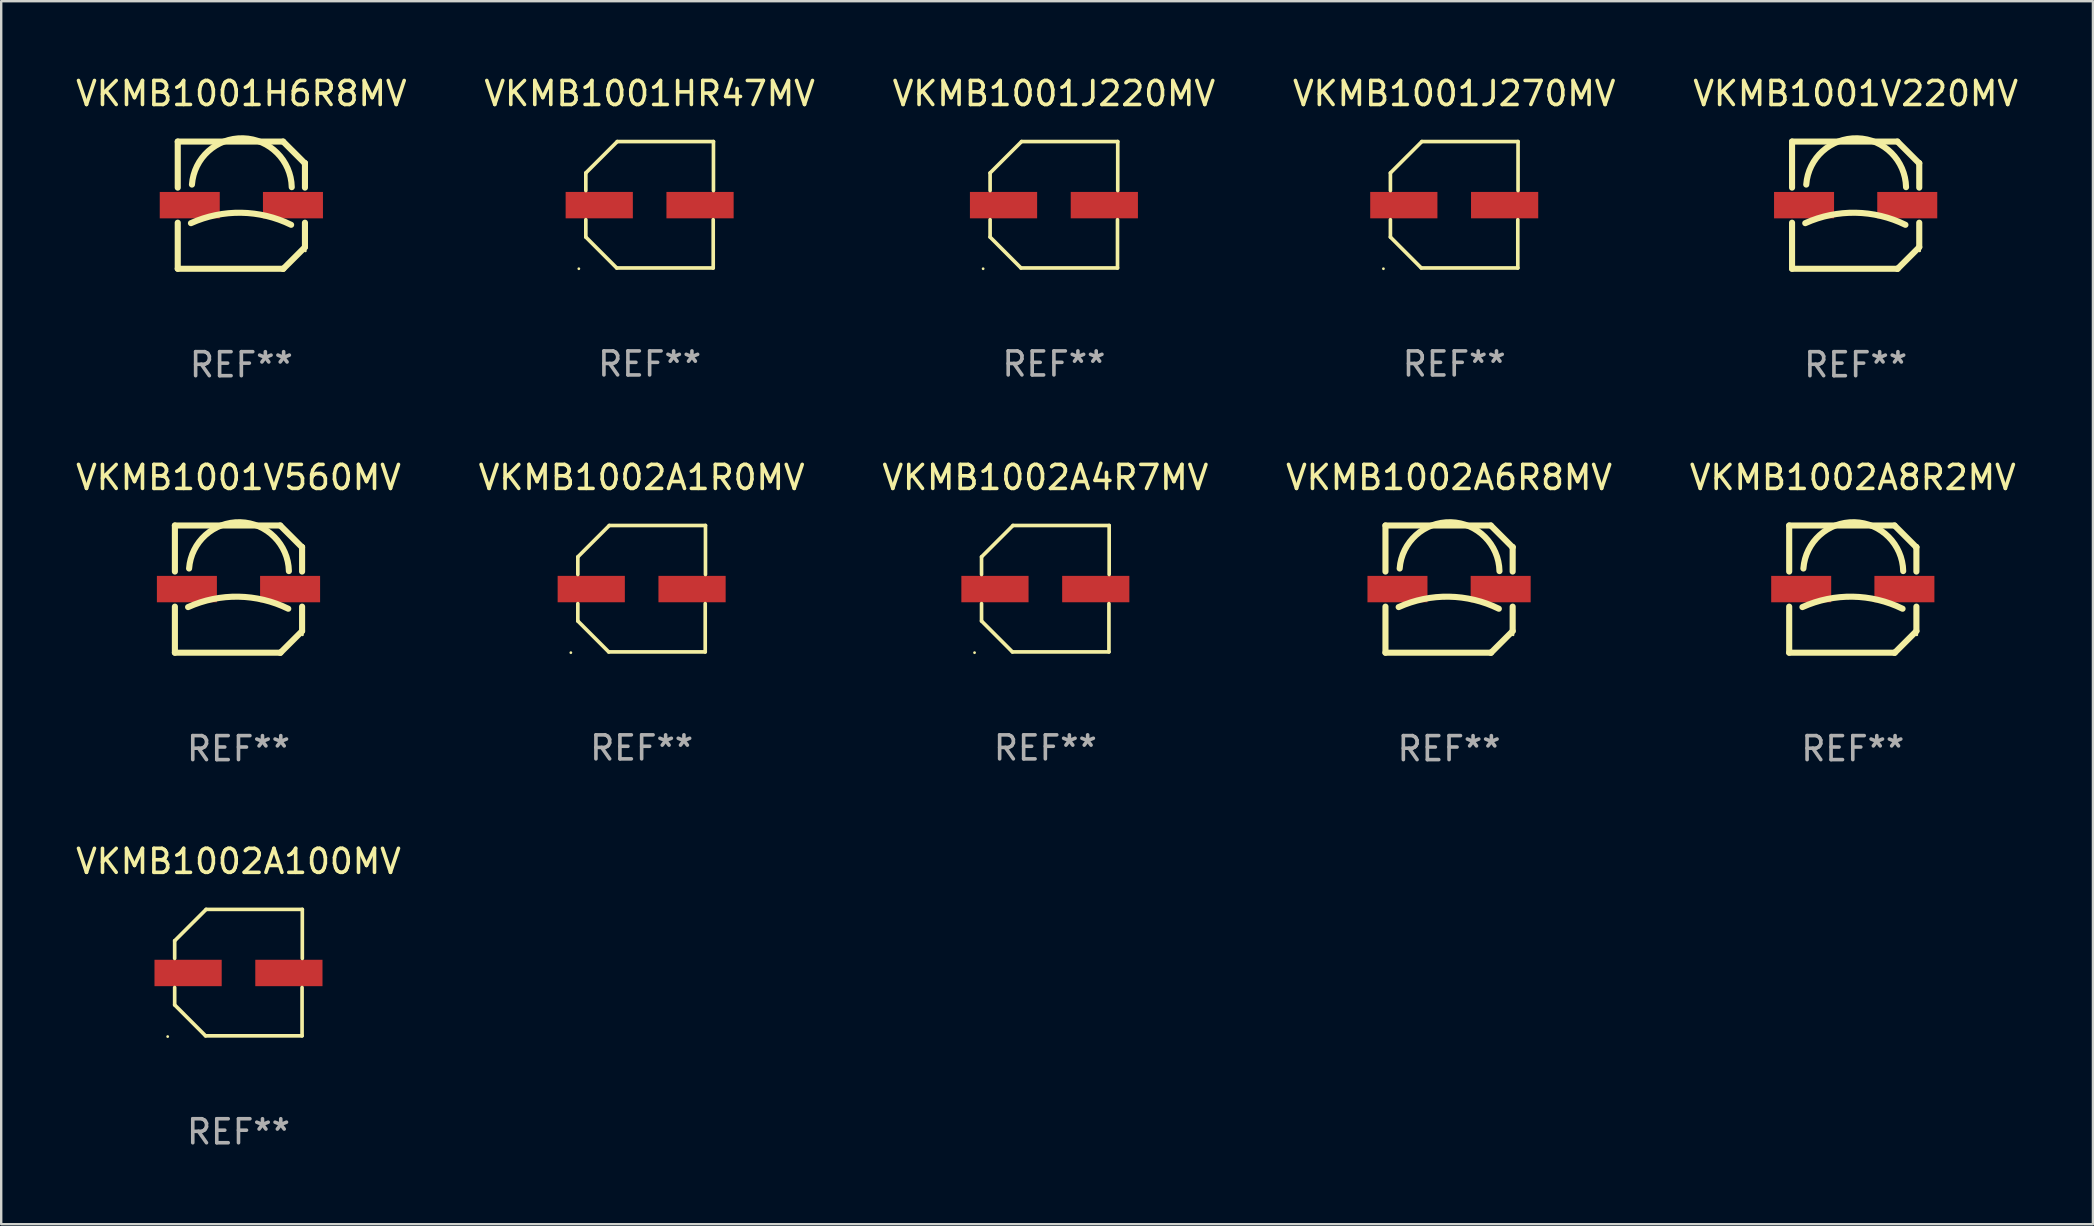
<source format=kicad_pcb>
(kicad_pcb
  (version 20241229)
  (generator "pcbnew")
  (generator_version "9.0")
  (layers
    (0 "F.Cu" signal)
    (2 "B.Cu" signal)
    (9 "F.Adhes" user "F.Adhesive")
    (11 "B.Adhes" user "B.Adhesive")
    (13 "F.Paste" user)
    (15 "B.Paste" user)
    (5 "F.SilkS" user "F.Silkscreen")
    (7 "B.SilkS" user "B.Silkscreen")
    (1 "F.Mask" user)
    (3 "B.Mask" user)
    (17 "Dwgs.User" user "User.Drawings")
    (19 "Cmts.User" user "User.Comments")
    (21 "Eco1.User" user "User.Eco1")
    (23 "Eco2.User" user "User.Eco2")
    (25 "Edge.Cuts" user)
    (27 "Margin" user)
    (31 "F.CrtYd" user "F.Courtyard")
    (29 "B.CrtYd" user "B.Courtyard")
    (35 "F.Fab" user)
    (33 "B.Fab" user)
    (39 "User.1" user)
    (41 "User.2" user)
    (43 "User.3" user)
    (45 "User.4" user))
  (footprint "VKMB1001HR47MV"
    (layer "F.Cu")
    (at 24.018 5.482)
    (property "Reference" "VKMB1001HR47MV" (at 0 -4.634 0) (layer "F.SilkS") (effects (font (size 1 1) (thickness 0.15))))
    (attr through_hole)
    (fp_line (start -2.659 -1.326) (end -2.659 -0.592) (stroke (width 0.152) (type solid)) (layer "F.SilkS"))
    (fp_line (start -2.659 1.346) (end -2.659 0.622) (stroke (width 0.152) (type solid)) (layer "F.SilkS"))
    (fp_line (start -1.372 2.634) (end -2.659 1.346) (stroke (width 0.152) (type solid)) (layer "F.SilkS"))
    (fp_line (start -1.349 -2.634) (end -2.659 -1.326) (stroke (width 0.152) (type solid)) (layer "F.SilkS"))
    (fp_line (start 2.649 0.622) (end 2.649 2.634) (stroke (width 0.152) (type solid)) (layer "F.SilkS"))
    (fp_line (start 2.649 2.634) (end -1.372 2.634) (stroke (width 0.152) (type solid)) (layer "F.SilkS"))
    (fp_line (start 2.659 -2.634) (end -1.349 -2.634) (stroke (width 0.152) (type solid)) (layer "F.SilkS"))
    (fp_line (start 2.659 -0.592) (end 2.659 -2.634) (stroke (width 0.152) (type solid)) (layer "F.SilkS"))
    (fp_circle (center -2.95 2.665) (end -2.92 2.665) (stroke (width 0.06) (type solid)) (fill no) (layer "F.SilkS"))
    (fp_text user "REF**" (at 0 6.634 0) (layer "F.Fab") (effects (font (size 1 1) (thickness 0.15))))
    (pad "1" smd rect (at -2.1 0.015) (size 2.8 1.1) (layers "F.Cu" "F.Mask" "F.Paste"))
    (pad "2" smd rect (at 2.1 0.015) (size 2.8 1.1) (layers "F.Cu" "F.Mask" "F.Paste")))
  (footprint "VKMB1001J220MV"
    (layer "F.Cu")
    (at 40.863 5.482)
    (property "Reference" "VKMB1001J220MV" (at 0 -4.634 0) (layer "F.SilkS") (effects (font (size 1 1) (thickness 0.15))))
    (attr through_hole)
    (fp_line (start -2.659 -1.326) (end -2.659 -0.592) (stroke (width 0.152) (type solid)) (layer "F.SilkS"))
    (fp_line (start -2.659 1.346) (end -2.659 0.622) (stroke (width 0.152) (type solid)) (layer "F.SilkS"))
    (fp_line (start -1.372 2.634) (end -2.659 1.346) (stroke (width 0.152) (type solid)) (layer "F.SilkS"))
    (fp_line (start -1.349 -2.634) (end -2.659 -1.326) (stroke (width 0.152) (type solid)) (layer "F.SilkS"))
    (fp_line (start 2.649 0.622) (end 2.649 2.634) (stroke (width 0.152) (type solid)) (layer "F.SilkS"))
    (fp_line (start 2.649 2.634) (end -1.372 2.634) (stroke (width 0.152) (type solid)) (layer "F.SilkS"))
    (fp_line (start 2.659 -2.634) (end -1.349 -2.634) (stroke (width 0.152) (type solid)) (layer "F.SilkS"))
    (fp_line (start 2.659 -0.592) (end 2.659 -2.634) (stroke (width 0.152) (type solid)) (layer "F.SilkS"))
    (fp_circle (center -2.95 2.665) (end -2.92 2.665) (stroke (width 0.06) (type solid)) (fill no) (layer "F.SilkS"))
    (fp_text user "REF**" (at 0 6.634 0) (layer "F.Fab") (effects (font (size 1 1) (thickness 0.15))))
    (pad "1" smd rect (at -2.1 0.015) (size 2.8 1.1) (layers "F.Cu" "F.Mask" "F.Paste"))
    (pad "2" smd rect (at 2.1 0.015) (size 2.8 1.1) (layers "F.Cu" "F.Mask" "F.Paste")))
  (footprint "VKMB1001H6R8MV"
    (layer "F.Cu")
    (at 7.006 5.498)
    (property "Reference" "VKMB1001H6R8MV" (at 0 -4.65 0) (layer "F.SilkS") (effects (font (size 1 1) (thickness 0.15))))
    (attr through_hole)
    (fp_line (start -2.65 -2.65) (end 1.74 -2.65) (stroke (width 0.254) (type solid)) (layer "F.SilkS"))
    (fp_line (start -2.65 -0.731) (end -2.65 -2.65) (stroke (width 0.254) (type solid)) (layer "F.SilkS"))
    (fp_line (start -2.65 2.65) (end -2.65 0.731) (stroke (width 0.254) (type solid)) (layer "F.SilkS"))
    (fp_line (start -2.65 2.65) (end 1.73 2.65) (stroke (width 0.254) (type solid)) (layer "F.SilkS"))
    (fp_line (start 1.73 2.65) (end 1.75 2.65) (stroke (width 0.254) (type solid)) (layer "F.SilkS"))
    (fp_line (start 1.75 2.65) (end 2.65 1.75) (stroke (width 0.254) (type solid)) (layer "F.SilkS"))
    (fp_line (start 2.64 -1.75) (end 1.74 -2.65) (stroke (width 0.254) (type solid)) (layer "F.SilkS"))
    (fp_line (start 2.65 -1.75) (end 2.64 -1.75) (stroke (width 0.254) (type solid)) (layer "F.SilkS"))
    (fp_line (start 2.65 -0.731) (end 2.65 -1.75) (stroke (width 0.254) (type solid)) (layer "F.SilkS"))
    (fp_line (start 2.65 1.75) (end 2.65 0.731) (stroke (width 0.254) (type solid)) (layer "F.SilkS"))
    (fp_arc (start -2.1 0.749886) (mid -0.005214 0.316693) (end 2.074168 0.818644) (stroke (width 0.254001) (type solid)) (layer "F.SilkS"))
    (fp_arc (start -2.058369 -0.857759) (mid 0.072137 -2.78601) (end 2.1 -0.750089) (stroke (width 0.254001) (type solid)) (layer "F.SilkS"))
    (fp_circle (center 2.667 1.905) (end 2.697 1.905) (stroke (width 0.06) (type solid)) (fill no) (layer "F.SilkS"))
    (fp_text user "REF**" (at 0 6.65 0) (layer "F.Fab") (effects (font (size 1 1) (thickness 0.15))))
    (pad "1" smd rect (at 2.15 0) (size 2.5 1.1) (layers "F.Cu" "F.Mask" "F.Paste"))
    (pad "2" smd rect (at -2.15 0) (size 2.5 1.1) (layers "F.Cu" "F.Mask" "F.Paste")))
  (footprint "VKMB1002A8R2MV"
    (layer "F.Cu")
    (at 74.149 21.495)
    (property "Reference" "VKMB1002A8R2MV" (at 0 -4.65 0) (layer "F.SilkS") (effects (font (size 1 1) (thickness 0.15))))
    (attr through_hole)
    (fp_line (start -2.65 -2.65) (end 1.74 -2.65) (stroke (width 0.254) (type solid)) (layer "F.SilkS"))
    (fp_line (start -2.65 -0.731) (end -2.65 -2.65) (stroke (width 0.254) (type solid)) (layer "F.SilkS"))
    (fp_line (start -2.65 2.65) (end -2.65 0.731) (stroke (width 0.254) (type solid)) (layer "F.SilkS"))
    (fp_line (start -2.65 2.65) (end 1.73 2.65) (stroke (width 0.254) (type solid)) (layer "F.SilkS"))
    (fp_line (start 1.73 2.65) (end 1.75 2.65) (stroke (width 0.254) (type solid)) (layer "F.SilkS"))
    (fp_line (start 1.75 2.65) (end 2.65 1.75) (stroke (width 0.254) (type solid)) (layer "F.SilkS"))
    (fp_line (start 2.64 -1.75) (end 1.74 -2.65) (stroke (width 0.254) (type solid)) (layer "F.SilkS"))
    (fp_line (start 2.65 -1.75) (end 2.64 -1.75) (stroke (width 0.254) (type solid)) (layer "F.SilkS"))
    (fp_line (start 2.65 -0.731) (end 2.65 -1.75) (stroke (width 0.254) (type solid)) (layer "F.SilkS"))
    (fp_line (start 2.65 1.75) (end 2.65 0.731) (stroke (width 0.254) (type solid)) (layer "F.SilkS"))
    (fp_arc (start -2.1 0.749886) (mid -0.005214 0.316693) (end 2.074168 0.818644) (stroke (width 0.254001) (type solid)) (layer "F.SilkS"))
    (fp_arc (start -2.058369 -0.857759) (mid 0.072137 -2.78601) (end 2.1 -0.750089) (stroke (width 0.254001) (type solid)) (layer "F.SilkS"))
    (fp_circle (center 2.667 1.905) (end 2.697 1.905) (stroke (width 0.06) (type solid)) (fill no) (layer "F.SilkS"))
    (fp_text user "REF**" (at 0 6.65 0) (layer "F.Fab") (effects (font (size 1 1) (thickness 0.15))))
    (pad "1" smd rect (at 2.15 0) (size 2.5 1.1) (layers "F.Cu" "F.Mask" "F.Paste"))
    (pad "2" smd rect (at -2.15 0) (size 2.5 1.1) (layers "F.Cu" "F.Mask" "F.Paste")))
  (footprint "VKMB1002A100MV"
    (layer "F.Cu")
    (at 6.887 37.475)
    (property "Reference" "VKMB1002A100MV" (at 0 -4.634 0) (layer "F.SilkS") (effects (font (size 1 1) (thickness 0.15))))
    (attr through_hole)
    (fp_line (start -2.659 -1.326) (end -2.659 -0.592) (stroke (width 0.152) (type solid)) (layer "F.SilkS"))
    (fp_line (start -2.659 1.346) (end -2.659 0.622) (stroke (width 0.152) (type solid)) (layer "F.SilkS"))
    (fp_line (start -1.372 2.634) (end -2.659 1.346) (stroke (width 0.152) (type solid)) (layer "F.SilkS"))
    (fp_line (start -1.349 -2.634) (end -2.659 -1.326) (stroke (width 0.152) (type solid)) (layer "F.SilkS"))
    (fp_line (start 2.649 0.622) (end 2.649 2.634) (stroke (width 0.152) (type solid)) (layer "F.SilkS"))
    (fp_line (start 2.649 2.634) (end -1.372 2.634) (stroke (width 0.152) (type solid)) (layer "F.SilkS"))
    (fp_line (start 2.659 -2.634) (end -1.349 -2.634) (stroke (width 0.152) (type solid)) (layer "F.SilkS"))
    (fp_line (start 2.659 -0.592) (end 2.659 -2.634) (stroke (width 0.152) (type solid)) (layer "F.SilkS"))
    (fp_circle (center -2.95 2.665) (end -2.92 2.665) (stroke (width 0.06) (type solid)) (fill no) (layer "F.SilkS"))
    (fp_text user "REF**" (at 0 6.634 0) (layer "F.Fab") (effects (font (size 1 1) (thickness 0.15))))
    (pad "1" smd rect (at -2.1 0.015) (size 2.8 1.1) (layers "F.Cu" "F.Mask" "F.Paste"))
    (pad "2" smd rect (at 2.1 0.015) (size 2.8 1.1) (layers "F.Cu" "F.Mask" "F.Paste")))
  (footprint "VKMB1002A1R0MV"
    (layer "F.Cu")
    (at 23.685 21.479)
    (property "Reference" "VKMB1002A1R0MV" (at 0 -4.634 0) (layer "F.SilkS") (effects (font (size 1 1) (thickness 0.15))))
    (attr through_hole)
    (fp_line (start -2.659 -1.326) (end -2.659 -0.592) (stroke (width 0.152) (type solid)) (layer "F.SilkS"))
    (fp_line (start -2.659 1.346) (end -2.659 0.622) (stroke (width 0.152) (type solid)) (layer "F.SilkS"))
    (fp_line (start -1.372 2.634) (end -2.659 1.346) (stroke (width 0.152) (type solid)) (layer "F.SilkS"))
    (fp_line (start -1.349 -2.634) (end -2.659 -1.326) (stroke (width 0.152) (type solid)) (layer "F.SilkS"))
    (fp_line (start 2.649 0.622) (end 2.649 2.634) (stroke (width 0.152) (type solid)) (layer "F.SilkS"))
    (fp_line (start 2.649 2.634) (end -1.372 2.634) (stroke (width 0.152) (type solid)) (layer "F.SilkS"))
    (fp_line (start 2.659 -2.634) (end -1.349 -2.634) (stroke (width 0.152) (type solid)) (layer "F.SilkS"))
    (fp_line (start 2.659 -0.592) (end 2.659 -2.634) (stroke (width 0.152) (type solid)) (layer "F.SilkS"))
    (fp_circle (center -2.95 2.665) (end -2.92 2.665) (stroke (width 0.06) (type solid)) (fill no) (layer "F.SilkS"))
    (fp_text user "REF**" (at 0 6.634 0) (layer "F.Fab") (effects (font (size 1 1) (thickness 0.15))))
    (pad "1" smd rect (at -2.1 0.015) (size 2.8 1.1) (layers "F.Cu" "F.Mask" "F.Paste"))
    (pad "2" smd rect (at 2.1 0.015) (size 2.8 1.1) (layers "F.Cu" "F.Mask" "F.Paste")))
  (footprint "VKMB1001V220MV"
    (layer "F.Cu")
    (at 74.268 5.498)
    (property "Reference" "VKMB1001V220MV" (at 0 -4.65 0) (layer "F.SilkS") (effects (font (size 1 1) (thickness 0.15))))
    (attr through_hole)
    (fp_line (start -2.65 -2.65) (end 1.74 -2.65) (stroke (width 0.254) (type solid)) (layer "F.SilkS"))
    (fp_line (start -2.65 -0.731) (end -2.65 -2.65) (stroke (width 0.254) (type solid)) (layer "F.SilkS"))
    (fp_line (start -2.65 2.65) (end -2.65 0.731) (stroke (width 0.254) (type solid)) (layer "F.SilkS"))
    (fp_line (start -2.65 2.65) (end 1.73 2.65) (stroke (width 0.254) (type solid)) (layer "F.SilkS"))
    (fp_line (start 1.73 2.65) (end 1.75 2.65) (stroke (width 0.254) (type solid)) (layer "F.SilkS"))
    (fp_line (start 1.75 2.65) (end 2.65 1.75) (stroke (width 0.254) (type solid)) (layer "F.SilkS"))
    (fp_line (start 2.64 -1.75) (end 1.74 -2.65) (stroke (width 0.254) (type solid)) (layer "F.SilkS"))
    (fp_line (start 2.65 -1.75) (end 2.64 -1.75) (stroke (width 0.254) (type solid)) (layer "F.SilkS"))
    (fp_line (start 2.65 -0.731) (end 2.65 -1.75) (stroke (width 0.254) (type solid)) (layer "F.SilkS"))
    (fp_line (start 2.65 1.75) (end 2.65 0.731) (stroke (width 0.254) (type solid)) (layer "F.SilkS"))
    (fp_arc (start -2.1 0.749886) (mid -0.005214 0.316693) (end 2.074168 0.818644) (stroke (width 0.254001) (type solid)) (layer "F.SilkS"))
    (fp_arc (start -2.058369 -0.857759) (mid 0.072137 -2.78601) (end 2.1 -0.750089) (stroke (width 0.254001) (type solid)) (layer "F.SilkS"))
    (fp_circle (center 2.667 1.905) (end 2.697 1.905) (stroke (width 0.06) (type solid)) (fill no) (layer "F.SilkS"))
    (fp_text user "REF**" (at 0 6.65 0) (layer "F.Fab") (effects (font (size 1 1) (thickness 0.15))))
    (pad "1" smd rect (at 2.15 0) (size 2.5 1.1) (layers "F.Cu" "F.Mask" "F.Paste"))
    (pad "2" smd rect (at -2.15 0) (size 2.5 1.1) (layers "F.Cu" "F.Mask" "F.Paste")))
  (footprint "VKMB1001J270MV"
    (layer "F.Cu")
    (at 57.542 5.482)
    (property "Reference" "VKMB1001J270MV" (at 0 -4.634 0) (layer "F.SilkS") (effects (font (size 1 1) (thickness 0.15))))
    (attr through_hole)
    (fp_line (start -2.659 -1.326) (end -2.659 -0.592) (stroke (width 0.152) (type solid)) (layer "F.SilkS"))
    (fp_line (start -2.659 1.346) (end -2.659 0.622) (stroke (width 0.152) (type solid)) (layer "F.SilkS"))
    (fp_line (start -1.372 2.634) (end -2.659 1.346) (stroke (width 0.152) (type solid)) (layer "F.SilkS"))
    (fp_line (start -1.349 -2.634) (end -2.659 -1.326) (stroke (width 0.152) (type solid)) (layer "F.SilkS"))
    (fp_line (start 2.649 0.622) (end 2.649 2.634) (stroke (width 0.152) (type solid)) (layer "F.SilkS"))
    (fp_line (start 2.649 2.634) (end -1.372 2.634) (stroke (width 0.152) (type solid)) (layer "F.SilkS"))
    (fp_line (start 2.659 -2.634) (end -1.349 -2.634) (stroke (width 0.152) (type solid)) (layer "F.SilkS"))
    (fp_line (start 2.659 -0.592) (end 2.659 -2.634) (stroke (width 0.152) (type solid)) (layer "F.SilkS"))
    (fp_circle (center -2.95 2.665) (end -2.92 2.665) (stroke (width 0.06) (type solid)) (fill no) (layer "F.SilkS"))
    (fp_text user "REF**" (at 0 6.634 0) (layer "F.Fab") (effects (font (size 1 1) (thickness 0.15))))
    (pad "1" smd rect (at -2.1 0.015) (size 2.8 1.1) (layers "F.Cu" "F.Mask" "F.Paste"))
    (pad "2" smd rect (at 2.1 0.015) (size 2.8 1.1) (layers "F.Cu" "F.Mask" "F.Paste")))
  (footprint "VKMB1001V560MV"
    (layer "F.Cu")
    (at 6.887 21.495)
    (property "Reference" "VKMB1001V560MV" (at 0 -4.65 0) (layer "F.SilkS") (effects (font (size 1 1) (thickness 0.15))))
    (attr through_hole)
    (fp_line (start -2.65 -2.65) (end 1.74 -2.65) (stroke (width 0.254) (type solid)) (layer "F.SilkS"))
    (fp_line (start -2.65 -0.731) (end -2.65 -2.65) (stroke (width 0.254) (type solid)) (layer "F.SilkS"))
    (fp_line (start -2.65 2.65) (end -2.65 0.731) (stroke (width 0.254) (type solid)) (layer "F.SilkS"))
    (fp_line (start -2.65 2.65) (end 1.73 2.65) (stroke (width 0.254) (type solid)) (layer "F.SilkS"))
    (fp_line (start 1.73 2.65) (end 1.75 2.65) (stroke (width 0.254) (type solid)) (layer "F.SilkS"))
    (fp_line (start 1.75 2.65) (end 2.65 1.75) (stroke (width 0.254) (type solid)) (layer "F.SilkS"))
    (fp_line (start 2.64 -1.75) (end 1.74 -2.65) (stroke (width 0.254) (type solid)) (layer "F.SilkS"))
    (fp_line (start 2.65 -1.75) (end 2.64 -1.75) (stroke (width 0.254) (type solid)) (layer "F.SilkS"))
    (fp_line (start 2.65 -0.731) (end 2.65 -1.75) (stroke (width 0.254) (type solid)) (layer "F.SilkS"))
    (fp_line (start 2.65 1.75) (end 2.65 0.731) (stroke (width 0.254) (type solid)) (layer "F.SilkS"))
    (fp_arc (start -2.1 0.749886) (mid -0.005214 0.316693) (end 2.074168 0.818644) (stroke (width 0.254001) (type solid)) (layer "F.SilkS"))
    (fp_arc (start -2.058369 -0.857759) (mid 0.072137 -2.78601) (end 2.1 -0.750089) (stroke (width 0.254001) (type solid)) (layer "F.SilkS"))
    (fp_circle (center 2.667 1.905) (end 2.697 1.905) (stroke (width 0.06) (type solid)) (fill no) (layer "F.SilkS"))
    (fp_text user "REF**" (at 0 6.65 0) (layer "F.Fab") (effects (font (size 1 1) (thickness 0.15))))
    (pad "1" smd rect (at 2.15 0) (size 2.5 1.1) (layers "F.Cu" "F.Mask" "F.Paste"))
    (pad "2" smd rect (at -2.15 0) (size 2.5 1.1) (layers "F.Cu" "F.Mask" "F.Paste")))
  (footprint "VKMB1002A4R7MV"
    (layer "F.Cu")
    (at 40.506 21.479)
    (property "Reference" "VKMB1002A4R7MV" (at 0 -4.634 0) (layer "F.SilkS") (effects (font (size 1 1) (thickness 0.15))))
    (attr through_hole)
    (fp_line (start -2.659 -1.326) (end -2.659 -0.592) (stroke (width 0.152) (type solid)) (layer "F.SilkS"))
    (fp_line (start -2.659 1.346) (end -2.659 0.622) (stroke (width 0.152) (type solid)) (layer "F.SilkS"))
    (fp_line (start -1.372 2.634) (end -2.659 1.346) (stroke (width 0.152) (type solid)) (layer "F.SilkS"))
    (fp_line (start -1.349 -2.634) (end -2.659 -1.326) (stroke (width 0.152) (type solid)) (layer "F.SilkS"))
    (fp_line (start 2.649 0.622) (end 2.649 2.634) (stroke (width 0.152) (type solid)) (layer "F.SilkS"))
    (fp_line (start 2.649 2.634) (end -1.372 2.634) (stroke (width 0.152) (type solid)) (layer "F.SilkS"))
    (fp_line (start 2.659 -2.634) (end -1.349 -2.634) (stroke (width 0.152) (type solid)) (layer "F.SilkS"))
    (fp_line (start 2.659 -0.592) (end 2.659 -2.634) (stroke (width 0.152) (type solid)) (layer "F.SilkS"))
    (fp_circle (center -2.95 2.665) (end -2.92 2.665) (stroke (width 0.06) (type solid)) (fill no) (layer "F.SilkS"))
    (fp_text user "REF**" (at 0 6.634 0) (layer "F.Fab") (effects (font (size 1 1) (thickness 0.15))))
    (pad "1" smd rect (at -2.1 0.015) (size 2.8 1.1) (layers "F.Cu" "F.Mask" "F.Paste"))
    (pad "2" smd rect (at 2.1 0.015) (size 2.8 1.1) (layers "F.Cu" "F.Mask" "F.Paste")))
  (footprint "VKMB1002A6R8MV"
    (layer "F.Cu")
    (at 57.327 21.495)
    (property "Reference" "VKMB1002A6R8MV" (at 0 -4.65 0) (layer "F.SilkS") (effects (font (size 1 1) (thickness 0.15))))
    (attr through_hole)
    (fp_line (start -2.65 -2.65) (end 1.74 -2.65) (stroke (width 0.254) (type solid)) (layer "F.SilkS"))
    (fp_line (start -2.65 -0.731) (end -2.65 -2.65) (stroke (width 0.254) (type solid)) (layer "F.SilkS"))
    (fp_line (start -2.65 2.65) (end -2.65 0.731) (stroke (width 0.254) (type solid)) (layer "F.SilkS"))
    (fp_line (start -2.65 2.65) (end 1.73 2.65) (stroke (width 0.254) (type solid)) (layer "F.SilkS"))
    (fp_line (start 1.73 2.65) (end 1.75 2.65) (stroke (width 0.254) (type solid)) (layer "F.SilkS"))
    (fp_line (start 1.75 2.65) (end 2.65 1.75) (stroke (width 0.254) (type solid)) (layer "F.SilkS"))
    (fp_line (start 2.64 -1.75) (end 1.74 -2.65) (stroke (width 0.254) (type solid)) (layer "F.SilkS"))
    (fp_line (start 2.65 -1.75) (end 2.64 -1.75) (stroke (width 0.254) (type solid)) (layer "F.SilkS"))
    (fp_line (start 2.65 -0.731) (end 2.65 -1.75) (stroke (width 0.254) (type solid)) (layer "F.SilkS"))
    (fp_line (start 2.65 1.75) (end 2.65 0.731) (stroke (width 0.254) (type solid)) (layer "F.SilkS"))
    (fp_arc (start -2.1 0.749886) (mid -0.005214 0.316693) (end 2.074168 0.818644) (stroke (width 0.254001) (type solid)) (layer "F.SilkS"))
    (fp_arc (start -2.058369 -0.857759) (mid 0.072137 -2.78601) (end 2.1 -0.750089) (stroke (width 0.254001) (type solid)) (layer "F.SilkS"))
    (fp_circle (center 2.667 1.905) (end 2.697 1.905) (stroke (width 0.06) (type solid)) (fill no) (layer "F.SilkS"))
    (fp_text user "REF**" (at 0 6.65 0) (layer "F.Fab") (effects (font (size 1 1) (thickness 0.15))))
    (pad "1" smd rect (at 2.15 0) (size 2.5 1.1) (layers "F.Cu" "F.Mask" "F.Paste"))
    (pad "2" smd rect (at -2.15 0) (size 2.5 1.1) (layers "F.Cu" "F.Mask" "F.Paste")))
  (gr_rect
    (start -3 -3)
    (end 84.155 47.957)
    (stroke (width 0.1) (type default))
    (fill no)
    (layer "Edge.Cuts")))
</source>
